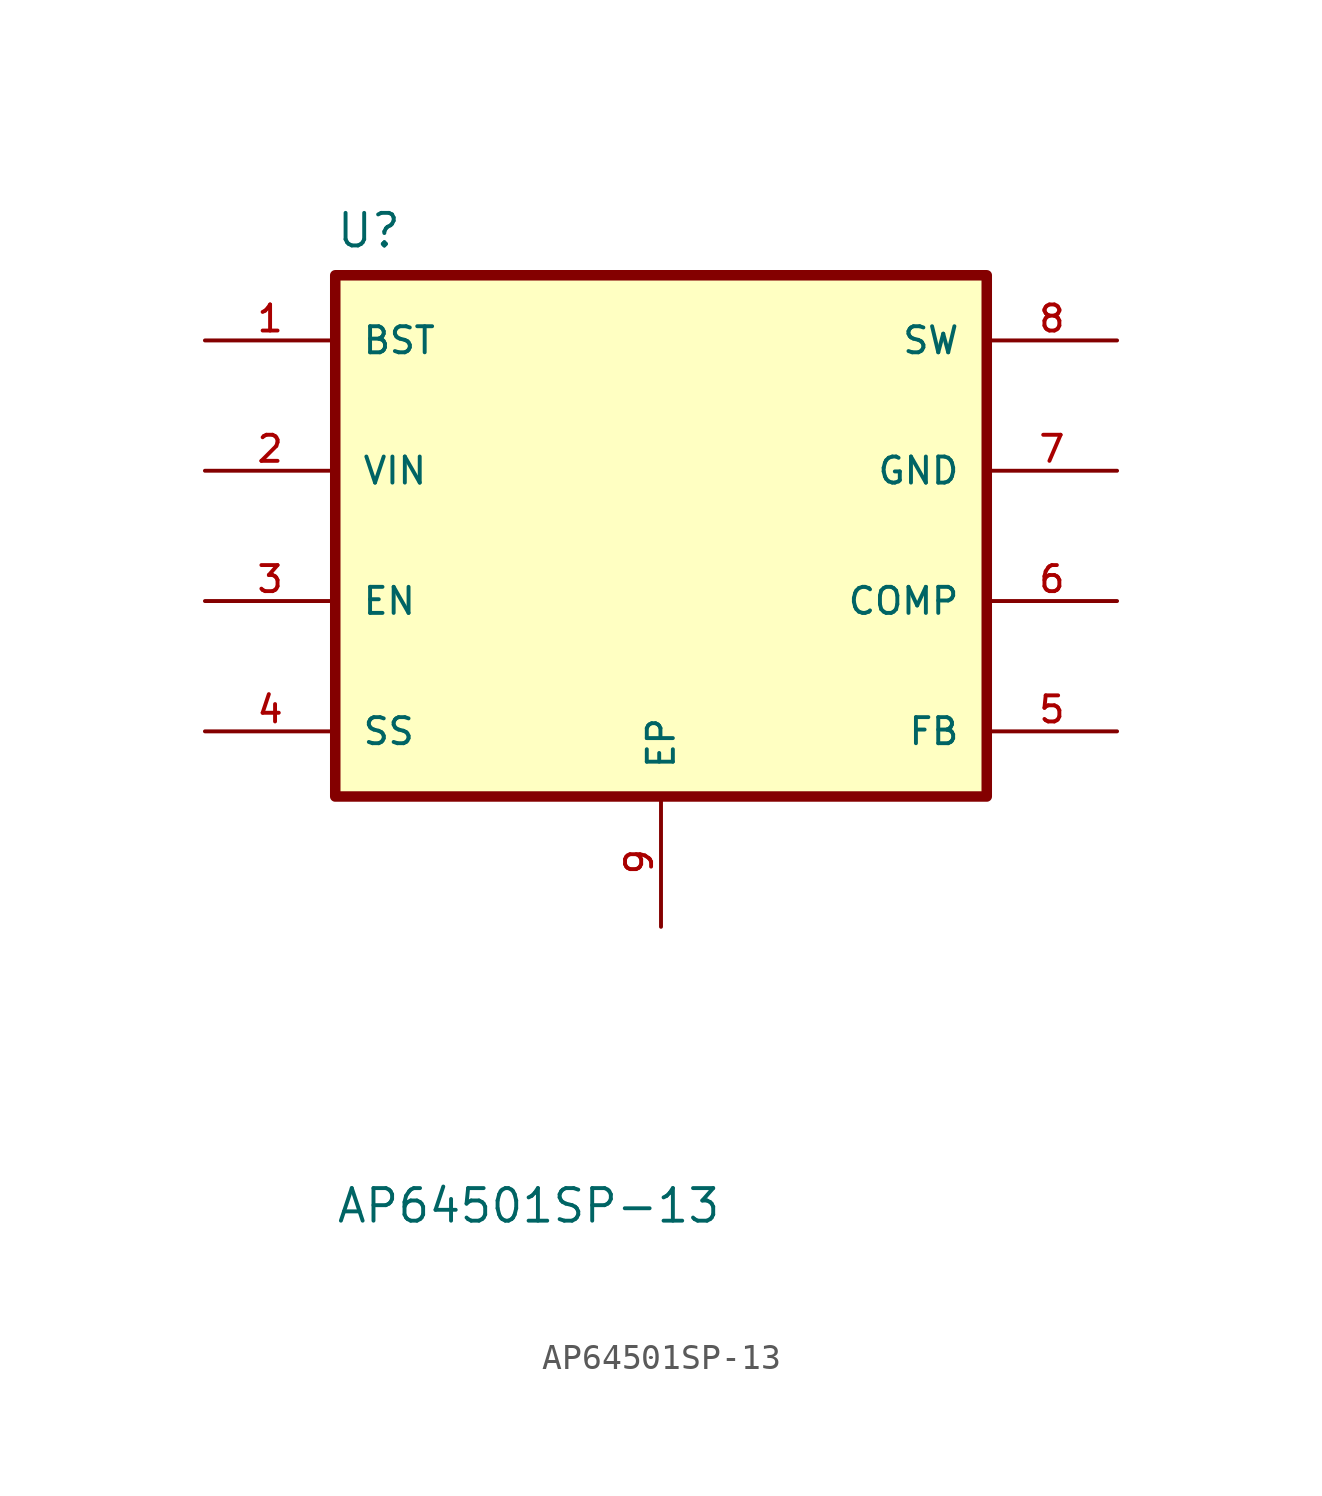
<source format=kicad_sym>
(kicad_symbol_lib
  (version 20241209)
  (generator "kicad_symbol_editor")
  (generator_version "9.0")
  (symbol "AP64501SP-13"
    (pin_names
      (offset 1.016))
    (property "Reference" "U"
      (at -12.7 11.16 0)
      (effects (font (size 1.27 1.27)) (justify left bottom)))
    (property "Value" "AP64501SP-13"
      (at -12.7 -26.86 0)
      (effects (font (size 1.27 1.27)) (justify left bottom)))
    (symbol "AP64501SP-13_0_0"
      (rectangle (start -12.7 10.16) (end 12.7 -10.16) (stroke (width 0.41) (type default)) (fill (type background)))
      (pin bidirectional line (at -17.78 7.62 0) (length 5.08) (name "BST" (effects (font (size 1.016 1.016)))) (number "1" (effects (font (size 1.016 1.016)))))
      (pin input line (at -17.78 2.54 0) (length 5.08) (name "VIN" (effects (font (size 1.016 1.016)))) (number "2" (effects (font (size 1.016 1.016)))))
      (pin bidirectional line (at -17.78 -2.54 0) (length 5.08) (name "EN" (effects (font (size 1.016 1.016)))) (number "3" (effects (font (size 1.016 1.016)))))
      (pin bidirectional line (at -17.78 -7.62 0) (length 5.08) (name "SS" (effects (font (size 1.016 1.016)))) (number "4" (effects (font (size 1.016 1.016)))))
      (pin bidirectional line (at 0 -15.24 90) (length 5.08) (name "EP" (effects (font (size 1.016 1.016)))) (number "9" (effects (font (size 1.016 1.016)))))
      (pin bidirectional line (at 17.78 7.62 180) (length 5.08) (name "SW" (effects (font (size 1.016 1.016)))) (number "8" (effects (font (size 1.016 1.016)))))
      (pin power_in line (at 17.78 2.54 180) (length 5.08) (name "GND" (effects (font (size 1.016 1.016)))) (number "7" (effects (font (size 1.016 1.016)))))
      (pin bidirectional line (at 17.78 -2.54 180) (length 5.08) (name "COMP" (effects (font (size 1.016 1.016)))) (number "6" (effects (font (size 1.016 1.016)))))
      (pin bidirectional line (at 17.78 -7.62 180) (length 5.08) (name "FB" (effects (font (size 1.016 1.016)))) (number "5" (effects (font (size 1.016 1.016))))))))
</source>
